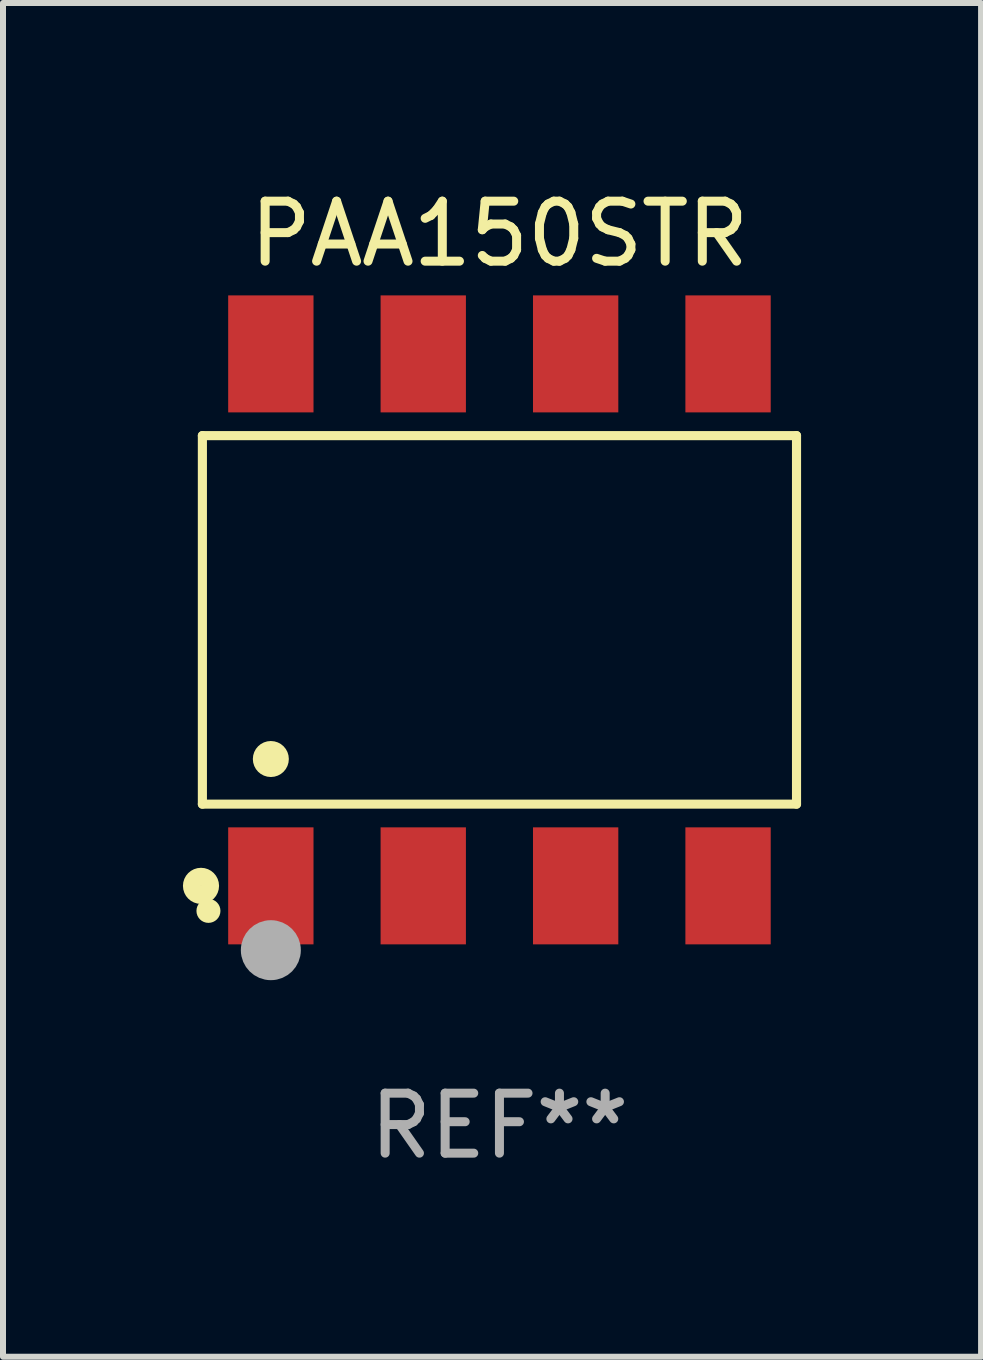
<source format=kicad_pcb>
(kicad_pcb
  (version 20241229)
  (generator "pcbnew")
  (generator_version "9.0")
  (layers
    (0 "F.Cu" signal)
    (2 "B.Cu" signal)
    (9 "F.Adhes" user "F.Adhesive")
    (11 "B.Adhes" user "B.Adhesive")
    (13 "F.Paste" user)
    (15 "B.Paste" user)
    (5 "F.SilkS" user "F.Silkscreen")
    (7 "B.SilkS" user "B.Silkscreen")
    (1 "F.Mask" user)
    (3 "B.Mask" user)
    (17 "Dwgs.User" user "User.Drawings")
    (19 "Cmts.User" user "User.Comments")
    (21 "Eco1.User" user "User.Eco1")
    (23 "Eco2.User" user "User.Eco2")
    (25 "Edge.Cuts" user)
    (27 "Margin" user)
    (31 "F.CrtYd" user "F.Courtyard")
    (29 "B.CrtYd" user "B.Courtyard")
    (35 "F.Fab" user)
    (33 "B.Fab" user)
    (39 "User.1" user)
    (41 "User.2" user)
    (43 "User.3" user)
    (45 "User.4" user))
  (footprint "PAA150STR"
    (layer "F.Cu")
    (at 5.274 7.281)
    (property "Reference" "PAA150STR" (at 0 -6.433 0) (layer "F.SilkS") (effects (font (size 1 1) (thickness 0.15))))
    (attr through_hole)
    (fp_line (start -4.951 -3.071) (end 4.951 -3.071) (stroke (width 0.152) (type solid)) (layer "F.SilkS"))
    (fp_line (start -4.951 3.071) (end -4.951 -3.071) (stroke (width 0.152) (type solid)) (layer "F.SilkS"))
    (fp_line (start 4.951 -3.071) (end 4.951 3.071) (stroke (width 0.152) (type solid)) (layer "F.SilkS"))
    (fp_line (start 4.951 3.071) (end -4.951 3.071) (stroke (width 0.152) (type solid)) (layer "F.SilkS"))
    (fp_circle (center -4.974 4.433) (end -4.823 4.433) (stroke (width 0.3) (type solid)) (fill no) (layer "F.SilkS"))
    (fp_circle (center -4.85 4.85) (end -4.75 4.85) (stroke (width 0.2) (type solid)) (fill no) (layer "F.SilkS"))
    (fp_circle (center -3.81 2.319) (end -3.66 2.319) (stroke (width 0.3) (type solid)) (fill no) (layer "F.SilkS"))
    (fp_circle (center -3.81 5.505) (end -3.56 5.505) (stroke (width 0.5) (type solid)) (fill no) (layer "F.Fab"))
    (fp_text user "REF**" (at 0 8.433 0) (layer "F.Fab") (effects (font (size 1 1) (thickness 0.15))))
    (pad "1" smd rect (at -3.81 4.433) (size 1.422 1.95) (layers "F.Cu" "F.Mask" "F.Paste"))
    (pad "2" smd rect (at -1.27 4.433) (size 1.422 1.95) (layers "F.Cu" "F.Mask" "F.Paste"))
    (pad "3" smd rect (at 1.27 4.433) (size 1.422 1.95) (layers "F.Cu" "F.Mask" "F.Paste"))
    (pad "4" smd rect (at 3.81 4.433) (size 1.422 1.95) (layers "F.Cu" "F.Mask" "F.Paste"))
    (pad "5" smd rect (at 3.81 -4.433) (size 1.422 1.95) (layers "F.Cu" "F.Mask" "F.Paste"))
    (pad "6" smd rect (at 1.27 -4.433) (size 1.422 1.95) (layers "F.Cu" "F.Mask" "F.Paste"))
    (pad "7" smd rect (at -1.27 -4.433) (size 1.422 1.95) (layers "F.Cu" "F.Mask" "F.Paste"))
    (pad "8" smd rect (at -3.81 -4.433) (size 1.422 1.95) (layers "F.Cu" "F.Mask" "F.Paste")))
  (gr_rect
    (start -3 -3)
    (end 13.301 19.562)
    (stroke (width 0.1) (type default))
    (fill no)
    (layer "Edge.Cuts")))
</source>
